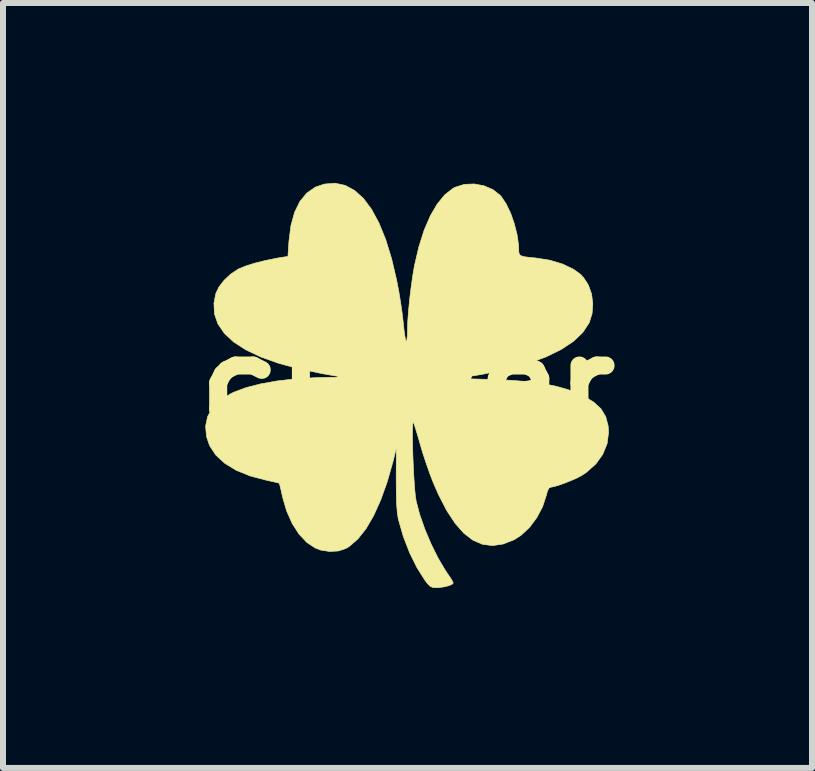
<source format=kicad_pcb>
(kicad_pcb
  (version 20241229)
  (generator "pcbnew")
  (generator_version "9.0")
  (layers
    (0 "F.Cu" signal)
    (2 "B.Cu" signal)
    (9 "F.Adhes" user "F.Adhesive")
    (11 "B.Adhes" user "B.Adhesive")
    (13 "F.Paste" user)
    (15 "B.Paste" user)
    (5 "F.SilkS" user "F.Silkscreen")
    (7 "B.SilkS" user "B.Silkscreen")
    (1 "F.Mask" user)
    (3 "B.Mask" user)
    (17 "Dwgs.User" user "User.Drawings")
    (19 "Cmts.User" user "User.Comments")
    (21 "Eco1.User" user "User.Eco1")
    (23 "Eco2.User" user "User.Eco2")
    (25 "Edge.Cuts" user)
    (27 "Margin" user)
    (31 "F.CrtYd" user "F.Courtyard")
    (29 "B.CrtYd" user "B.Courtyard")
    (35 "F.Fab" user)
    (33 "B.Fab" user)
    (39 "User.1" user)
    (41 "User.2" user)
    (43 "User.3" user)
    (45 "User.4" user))
  (footprint "clover"
    (layer "F.Cu")
    (at 3.745 3.371)
    (property "Reference" "clover" (at 0 0 0) (layer "F.SilkS") (effects (font (size 1.524 1.524) (thickness 0.3))))
    (attr through_hole)
    (fp_poly (pts (xy -1.039 -3.33) (xy -0.882 -3.245) (xy -0.735 -3.112) (xy -0.599 -2.93) (xy -0.476 -2.702) (xy -0.364 -2.427) (xy -0.265 -2.105) (xy -0.179 -1.738) (xy -0.177 -1.727) (xy -0.145 -1.56) (xy -0.115 -1.375) (xy -0.089 -1.194) (xy -0.071 -1.04) (xy -0.071 -1.037) (xy -0.058 -0.917) (xy -0.045 -0.82) (xy -0.032 -0.753) (xy -0.021 -0.727) (xy -0.02 -0.727) (xy -0.011 -0.757) (xy -0.003 -0.824) (xy -0.000106 -0.915) (xy 0 -0.935) (xy 0.004 -1.07) (xy 0.017 -1.239) (xy 0.035 -1.429) (xy 0.059 -1.626) (xy 0.085 -1.813) (xy 0.113 -1.977) (xy 0.116 -1.994) (xy 0.189 -2.306) (xy 0.277 -2.583) (xy 0.38 -2.822) (xy 0.495 -3.019) (xy 0.621 -3.173) (xy 0.758 -3.28) (xy 0.796 -3.3) (xy 0.947 -3.347) (xy 1.11 -3.354) (xy 1.273 -3.324) (xy 1.423 -3.26) (xy 1.546 -3.164) (xy 1.563 -3.144) (xy 1.644 -3.023) (xy 1.719 -2.867) (xy 1.781 -2.689) (xy 1.827 -2.506) (xy 1.852 -2.331) (xy 1.854 -2.263) (xy 1.856 -2.212) (xy 1.867 -2.177) (xy 1.896 -2.155) (xy 1.951 -2.14) (xy 2.043 -2.128) (xy 2.134 -2.12) (xy 2.37 -2.083) (xy 2.584 -2.019) (xy 2.767 -1.932) (xy 2.89 -1.843) (xy 2.936 -1.79) (xy 2.988 -1.713) (xy 3.017 -1.664) (xy 3.069 -1.519) (xy 3.089 -1.355) (xy 3.077 -1.191) (xy 3.031 -1.045) (xy 3.029 -1.039) (xy 2.922 -0.878) (xy 2.766 -0.729) (xy 2.562 -0.594) (xy 2.311 -0.471) (xy 2.013 -0.362) (xy 1.668 -0.267) (xy 1.278 -0.186) (xy 1.175 -0.168) (xy 0.826 -0.11) (xy 1.372 -0.095) (xy 1.708 -0.081) (xy 2.001 -0.058) (xy 2.256 -0.025) (xy 2.479 0.02) (xy 2.677 0.076) (xy 2.857 0.146) (xy 2.934 0.182) (xy 3.103 0.283) (xy 3.226 0.396) (xy 3.305 0.527) (xy 3.345 0.68) (xy 3.352 0.787) (xy 3.328 0.976) (xy 3.256 1.153) (xy 3.14 1.315) (xy 2.981 1.456) (xy 2.907 1.505) (xy 2.833 1.545) (xy 2.734 1.589) (xy 2.626 1.632) (xy 2.522 1.669) (xy 2.437 1.694) (xy 2.39 1.702) (xy 2.359 1.716) (xy 2.334 1.765) (xy 2.315 1.835) (xy 2.252 2.028) (xy 2.155 2.211) (xy 2.033 2.374) (xy 1.892 2.505) (xy 1.778 2.578) (xy 1.593 2.65) (xy 1.418 2.676) (xy 1.251 2.655) (xy 1.092 2.587) (xy 0.939 2.47) (xy 0.793 2.304) (xy 0.652 2.09) (xy 0.516 1.825) (xy 0.433 1.636) (xy 0.374 1.484) (xy 0.312 1.307) (xy 0.253 1.129) (xy 0.216 1.003) (xy 0.18 0.877) (xy 0.146 0.765) (xy 0.119 0.678) (xy 0.101 0.627) (xy 0.099 0.622) (xy 0.091 0.625) (xy 0.085 0.672) (xy 0.083 0.755) (xy 0.082 0.866) (xy 0.084 0.999) (xy 0.088 1.146) (xy 0.094 1.3) (xy 0.101 1.454) (xy 0.11 1.599) (xy 0.119 1.73) (xy 0.13 1.839) (xy 0.141 1.918) (xy 0.143 1.93) (xy 0.202 2.155) (xy 0.288 2.401) (xy 0.393 2.65) (xy 0.511 2.887) (xy 0.635 3.096) (xy 0.676 3.156) (xy 0.723 3.225) (xy 0.754 3.279) (xy 0.762 3.301) (xy 0.739 3.324) (xy 0.68 3.347) (xy 0.6 3.366) (xy 0.513 3.377) (xy 0.476 3.378) (xy 0.418 3.373) (xy 0.374 3.352) (xy 0.327 3.303) (xy 0.293 3.258) (xy 0.158 3.045) (xy 0.035 2.796) (xy -0.07 2.525) (xy -0.151 2.244) (xy -0.156 2.223) (xy -0.171 2.124) (xy -0.182 1.983) (xy -0.187 1.796) (xy -0.189 1.562) (xy -0.187 1.054) (xy -0.241 1.27) (xy -0.339 1.614) (xy -0.448 1.918) (xy -0.566 2.179) (xy -0.692 2.395) (xy -0.827 2.565) (xy -0.968 2.688) (xy -1.029 2.725) (xy -1.154 2.766) (xy -1.3 2.774) (xy -1.447 2.751) (xy -1.538 2.717) (xy -1.681 2.622) (xy -1.811 2.482) (xy -1.924 2.306) (xy -2.016 2.098) (xy -2.084 1.866) (xy -2.091 1.833) (xy -2.111 1.742) (xy -2.128 1.673) (xy -2.138 1.639) (xy -2.139 1.637) (xy -2.166 1.628) (xy -2.231 1.613) (xy -2.321 1.593) (xy -2.35 1.587) (xy -2.624 1.515) (xy -2.858 1.42) (xy -3.049 1.303) (xy -3.197 1.166) (xy -3.3 1.01) (xy -3.352 0.858) (xy -3.367 0.683) (xy -3.333 0.524) (xy -3.252 0.38) (xy -3.123 0.253) (xy -2.947 0.143) (xy -2.896 0.118) (xy -2.695 0.043) (xy -2.451 -0.02) (xy -2.169 -0.07) (xy -1.856 -0.105) (xy -1.516 -0.125) (xy -1.323 -0.129) (xy -1.079 -0.131) (xy -1.41 -0.189) (xy -1.802 -0.269) (xy -2.147 -0.363) (xy -2.446 -0.469) (xy -2.696 -0.588) (xy -2.899 -0.719) (xy -3.054 -0.863) (xy -3.161 -1.019) (xy -3.219 -1.187) (xy -3.228 -1.366) (xy -3.196 -1.53) (xy -3.144 -1.637) (xy -3.057 -1.749) (xy -2.947 -1.852) (xy -2.826 -1.932) (xy -2.815 -1.938) (xy -2.7 -1.985) (xy -2.548 -2.033) (xy -2.368 -2.078) (xy -2.175 -2.117) (xy -2.121 -2.126) (xy -1.994 -2.146) (xy -1.977 -2.401) (xy -1.944 -2.661) (xy -1.883 -2.882) (xy -1.794 -3.063) (xy -1.678 -3.203) (xy -1.537 -3.301) (xy -1.386 -3.352) (xy -1.208 -3.366) (xy -1.039 -3.33)) (stroke (width 0.01) (type solid)) (fill yes) (layer "F.SilkS")))
  (gr_rect
    (start -3 -3)
    (end 10.489 9.754)
    (stroke (width 0.1) (type default))
    (fill no)
    (layer "Edge.Cuts")))
</source>
